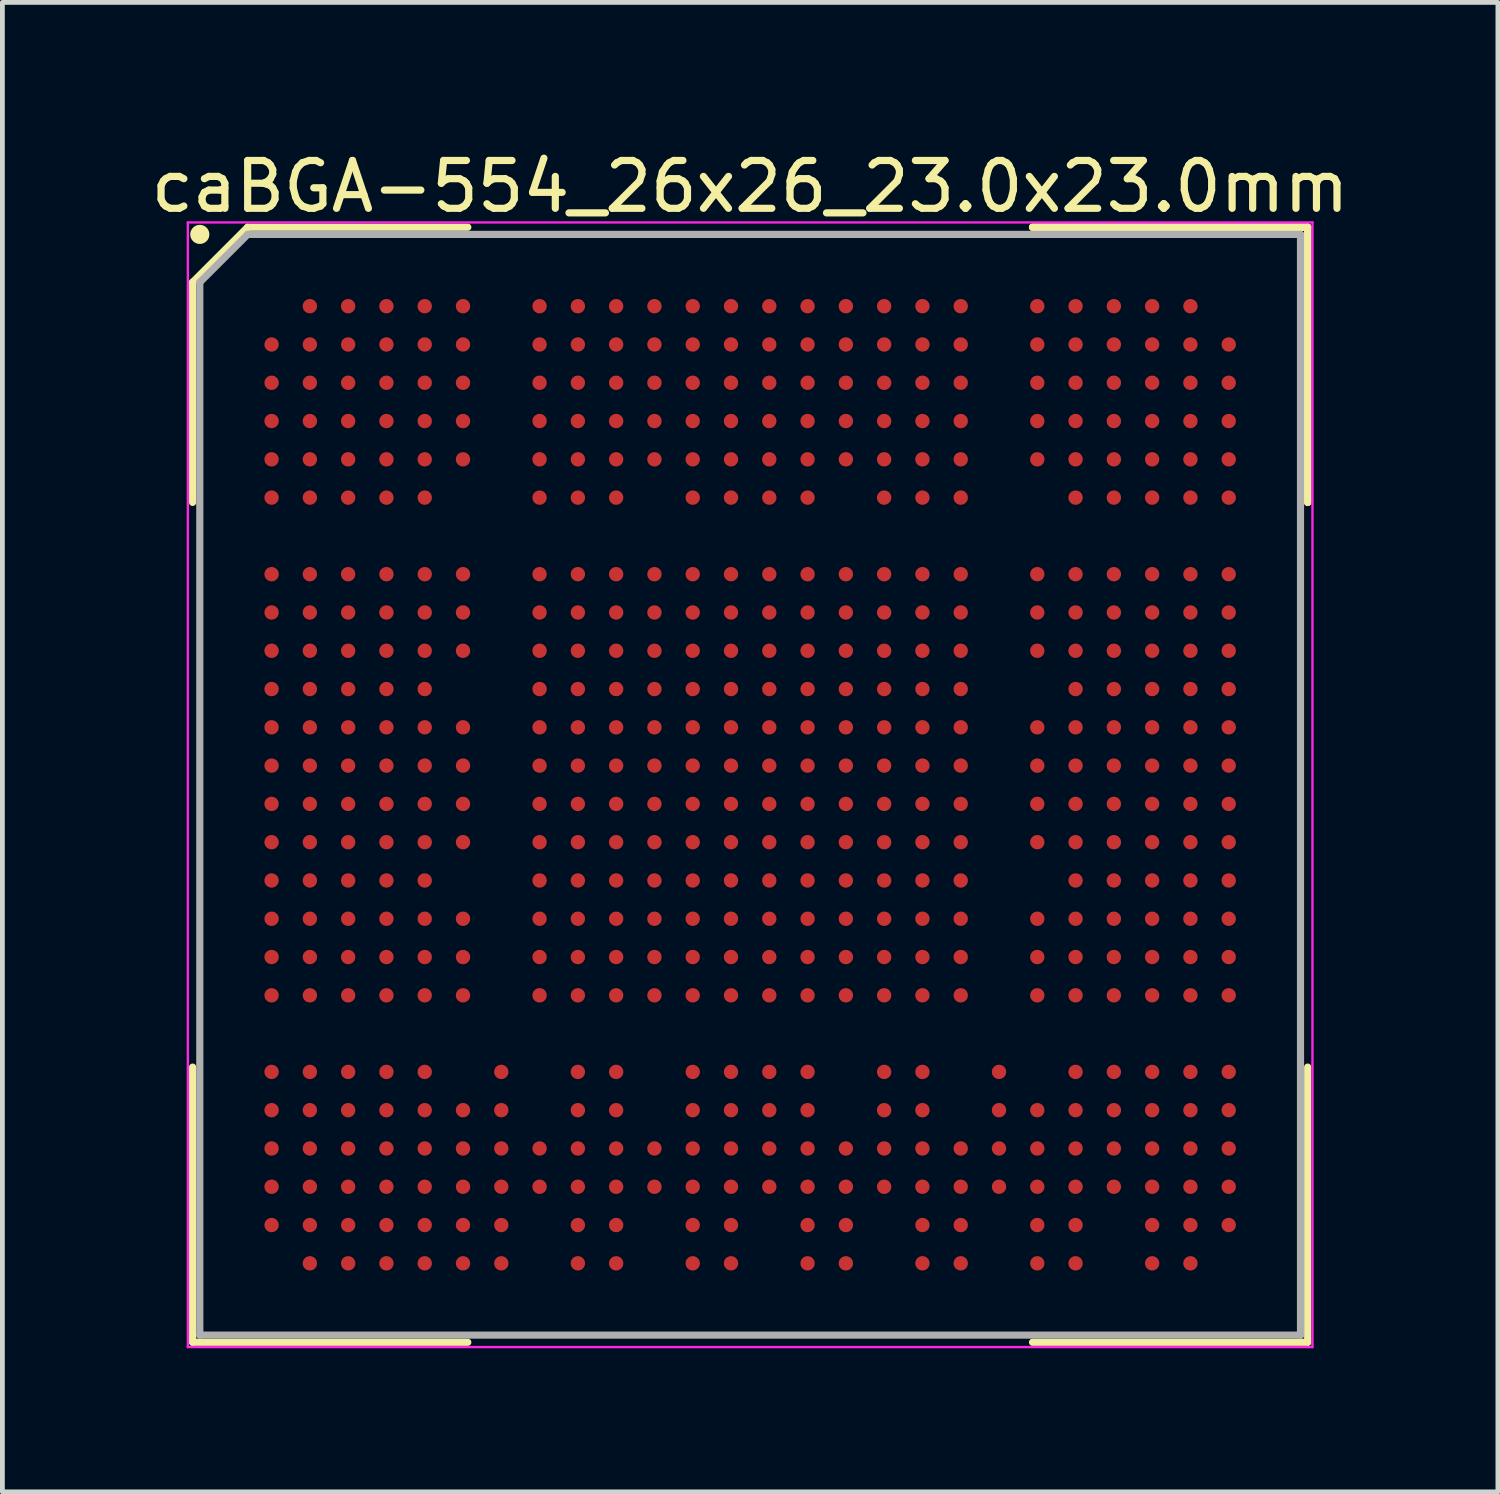
<source format=kicad_pcb>
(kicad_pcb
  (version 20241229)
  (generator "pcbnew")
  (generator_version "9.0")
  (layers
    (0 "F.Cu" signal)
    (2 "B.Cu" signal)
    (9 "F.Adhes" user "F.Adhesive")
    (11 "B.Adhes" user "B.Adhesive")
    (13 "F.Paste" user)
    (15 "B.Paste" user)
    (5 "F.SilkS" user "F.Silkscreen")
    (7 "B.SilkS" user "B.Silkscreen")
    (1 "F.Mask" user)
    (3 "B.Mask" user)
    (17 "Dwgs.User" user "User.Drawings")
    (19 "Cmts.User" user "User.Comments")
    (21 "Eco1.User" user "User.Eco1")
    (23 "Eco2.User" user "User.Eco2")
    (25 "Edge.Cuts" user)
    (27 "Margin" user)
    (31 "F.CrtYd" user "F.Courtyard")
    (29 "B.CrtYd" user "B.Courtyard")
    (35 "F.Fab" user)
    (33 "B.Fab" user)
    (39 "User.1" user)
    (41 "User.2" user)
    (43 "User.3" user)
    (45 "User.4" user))
  (footprint "caBGA-554_26x26_23.0x23.0mm"
    (layer "F.Cu")
    (at 12.625 13.348)
    (property "Reference" "caBGA-554_26x26_23.0x23.0mm" (at 0 -12.5 0) (layer "F.SilkS") (effects (font (size 1 1) (thickness 0.15))))
    (attr smd)
    (fp_line (start -11.65 -10.5) (end -11.65 -5.9) (stroke (width 0.15) (type solid)) (layer "F.SilkS"))
    (fp_line (start -11.65 11.65) (end -11.65 5.9) (stroke (width 0.15) (type solid)) (layer "F.SilkS"))
    (fp_line (start -10.5 -11.65) (end -11.65 -10.5) (stroke (width 0.15) (type solid)) (layer "F.SilkS"))
    (fp_line (start -5.9 -11.65) (end -10.5 -11.65) (stroke (width 0.15) (type solid)) (layer "F.SilkS"))
    (fp_line (start -5.9 11.65) (end -11.65 11.65) (stroke (width 0.15) (type solid)) (layer "F.SilkS"))
    (fp_line (start 5.9 -11.65) (end 11.65 -11.65) (stroke (width 0.15) (type solid)) (layer "F.SilkS"))
    (fp_line (start 5.9 -11.65) (end 11.65 -11.65) (stroke (width 0.15) (type solid)) (layer "F.SilkS"))
    (fp_line (start 5.9 -11.65) (end 11.65 -11.65) (stroke (width 0.15) (type solid)) (layer "F.SilkS"))
    (fp_line (start 5.9 11.65) (end 11.65 11.65) (stroke (width 0.15) (type solid)) (layer "F.SilkS"))
    (fp_line (start 11.65 -11.65) (end 11.65 -5.9) (stroke (width 0.15) (type solid)) (layer "F.SilkS"))
    (fp_line (start 11.65 -11.65) (end 11.65 -5.9) (stroke (width 0.15) (type solid)) (layer "F.SilkS"))
    (fp_line (start 11.65 -11.65) (end 11.65 -5.9) (stroke (width 0.15) (type solid)) (layer "F.SilkS"))
    (fp_line (start 11.65 11.65) (end 11.65 5.9) (stroke (width 0.15) (type solid)) (layer "F.SilkS"))
    (fp_circle (center -11.5 -11.5) (end -11.5 -11.4) (stroke (width 0.2) (type solid)) (fill no) (layer "F.SilkS"))
    (fp_line (start -11.75 -11.75) (end 11.75 -11.75) (stroke (width 0.05) (type solid)) (layer "F.CrtYd"))
    (fp_line (start -11.75 11.75) (end -11.75 -11.75) (stroke (width 0.05) (type solid)) (layer "F.CrtYd"))
    (fp_line (start 11.75 -11.75) (end 11.75 11.75) (stroke (width 0.05) (type solid)) (layer "F.CrtYd"))
    (fp_line (start 11.75 11.75) (end -11.75 11.75) (stroke (width 0.05) (type solid)) (layer "F.CrtYd"))
    (fp_line (start -11.5 -10.5) (end -11.5 11.5) (stroke (width 0.15) (type solid)) (layer "F.Fab"))
    (fp_line (start -11.5 11.5) (end 11.5 11.5) (stroke (width 0.15) (type solid)) (layer "F.Fab"))
    (fp_line (start -10.5 -11.5) (end -11.5 -10.5) (stroke (width 0.15) (type solid)) (layer "F.Fab"))
    (fp_line (start 11.5 -11.5) (end -10.5 -11.5) (stroke (width 0.15) (type solid)) (layer "F.Fab"))
    (fp_line (start 11.5 11.5) (end 11.5 -11.5) (stroke (width 0.15) (type solid)) (layer "F.Fab"))
    (pad "A2" smd circle (at -9.2 -10) (size 0.3 0.3) (layers "F.Cu" "F.Mask" "F.Paste"))
    (pad "A3" smd circle (at -8.4 -10) (size 0.3 0.3) (layers "F.Cu" "F.Mask" "F.Paste"))
    (pad "A4" smd circle (at -7.6 -10) (size 0.3 0.3) (layers "F.Cu" "F.Mask" "F.Paste"))
    (pad "A5" smd circle (at -6.8 -10) (size 0.3 0.3) (layers "F.Cu" "F.Mask" "F.Paste"))
    (pad "A6" smd circle (at -6 -10) (size 0.3 0.3) (layers "F.Cu" "F.Mask" "F.Paste"))
    (pad "A8" smd circle (at -4.4 -10) (size 0.3 0.3) (layers "F.Cu" "F.Mask" "F.Paste"))
    (pad "A9" smd circle (at -3.6 -10) (size 0.3 0.3) (layers "F.Cu" "F.Mask" "F.Paste"))
    (pad "A10" smd circle (at -2.8 -10) (size 0.3 0.3) (layers "F.Cu" "F.Mask" "F.Paste"))
    (pad "A11" smd circle (at -2 -10) (size 0.3 0.3) (layers "F.Cu" "F.Mask" "F.Paste"))
    (pad "A12" smd circle (at -1.2 -10) (size 0.3 0.3) (layers "F.Cu" "F.Mask" "F.Paste"))
    (pad "A13" smd circle (at -0.4 -10) (size 0.3 0.3) (layers "F.Cu" "F.Mask" "F.Paste"))
    (pad "A14" smd circle (at 0.4 -10) (size 0.3 0.3) (layers "F.Cu" "F.Mask" "F.Paste"))
    (pad "A15" smd circle (at 1.2 -10) (size 0.3 0.3) (layers "F.Cu" "F.Mask" "F.Paste"))
    (pad "A16" smd circle (at 2 -10) (size 0.3 0.3) (layers "F.Cu" "F.Mask" "F.Paste"))
    (pad "A17" smd circle (at 2.8 -10) (size 0.3 0.3) (layers "F.Cu" "F.Mask" "F.Paste"))
    (pad "A18" smd circle (at 3.6 -10) (size 0.3 0.3) (layers "F.Cu" "F.Mask" "F.Paste"))
    (pad "A19" smd circle (at 4.4 -10) (size 0.3 0.3) (layers "F.Cu" "F.Mask" "F.Paste"))
    (pad "A21" smd circle (at 6 -10) (size 0.3 0.3) (layers "F.Cu" "F.Mask" "F.Paste"))
    (pad "A22" smd circle (at 6.8 -10) (size 0.3 0.3) (layers "F.Cu" "F.Mask" "F.Paste"))
    (pad "A23" smd circle (at 7.6 -10) (size 0.3 0.3) (layers "F.Cu" "F.Mask" "F.Paste"))
    (pad "A24" smd circle (at 8.4 -10) (size 0.3 0.3) (layers "F.Cu" "F.Mask" "F.Paste"))
    (pad "A25" smd circle (at 9.2 -10) (size 0.3 0.3) (layers "F.Cu" "F.Mask" "F.Paste"))
    (pad "AA1" smd circle (at -10 6) (size 0.3 0.3) (layers "F.Cu" "F.Mask" "F.Paste"))
    (pad "AA2" smd circle (at -9.2 6) (size 0.3 0.3) (layers "F.Cu" "F.Mask" "F.Paste"))
    (pad "AA3" smd circle (at -8.4 6) (size 0.3 0.3) (layers "F.Cu" "F.Mask" "F.Paste"))
    (pad "AA4" smd circle (at -7.6 6) (size 0.3 0.3) (layers "F.Cu" "F.Mask" "F.Paste"))
    (pad "AA5" smd circle (at -6.8 6) (size 0.3 0.3) (layers "F.Cu" "F.Mask" "F.Paste"))
    (pad "AA7" smd circle (at -5.2 6) (size 0.3 0.3) (layers "F.Cu" "F.Mask" "F.Paste"))
    (pad "AA9" smd circle (at -3.6 6) (size 0.3 0.3) (layers "F.Cu" "F.Mask" "F.Paste"))
    (pad "AA10" smd circle (at -2.8 6) (size 0.3 0.3) (layers "F.Cu" "F.Mask" "F.Paste"))
    (pad "AA12" smd circle (at -1.2 6) (size 0.3 0.3) (layers "F.Cu" "F.Mask" "F.Paste"))
    (pad "AA13" smd circle (at -0.4 6) (size 0.3 0.3) (layers "F.Cu" "F.Mask" "F.Paste"))
    (pad "AA14" smd circle (at 0.4 6) (size 0.3 0.3) (layers "F.Cu" "F.Mask" "F.Paste"))
    (pad "AA15" smd circle (at 1.2 6) (size 0.3 0.3) (layers "F.Cu" "F.Mask" "F.Paste"))
    (pad "AA17" smd circle (at 2.8 6) (size 0.3 0.3) (layers "F.Cu" "F.Mask" "F.Paste"))
    (pad "AA18" smd circle (at 3.6 6) (size 0.3 0.3) (layers "F.Cu" "F.Mask" "F.Paste"))
    (pad "AA20" smd circle (at 5.2 6) (size 0.3 0.3) (layers "F.Cu" "F.Mask" "F.Paste"))
    (pad "AA22" smd circle (at 6.8 6) (size 0.3 0.3) (layers "F.Cu" "F.Mask" "F.Paste"))
    (pad "AA23" smd circle (at 7.6 6) (size 0.3 0.3) (layers "F.Cu" "F.Mask" "F.Paste"))
    (pad "AA24" smd circle (at 8.4 6) (size 0.3 0.3) (layers "F.Cu" "F.Mask" "F.Paste"))
    (pad "AA25" smd circle (at 9.2 6) (size 0.3 0.3) (layers "F.Cu" "F.Mask" "F.Paste"))
    (pad "AA26" smd circle (at 10 6) (size 0.3 0.3) (layers "F.Cu" "F.Mask" "F.Paste"))
    (pad "AB1" smd circle (at -10 6.8) (size 0.3 0.3) (layers "F.Cu" "F.Mask" "F.Paste"))
    (pad "AB2" smd circle (at -9.2 6.8) (size 0.3 0.3) (layers "F.Cu" "F.Mask" "F.Paste"))
    (pad "AB3" smd circle (at -8.4 6.8) (size 0.3 0.3) (layers "F.Cu" "F.Mask" "F.Paste"))
    (pad "AB4" smd circle (at -7.6 6.8) (size 0.3 0.3) (layers "F.Cu" "F.Mask" "F.Paste"))
    (pad "AB5" smd circle (at -6.8 6.8) (size 0.3 0.3) (layers "F.Cu" "F.Mask" "F.Paste"))
    (pad "AB6" smd circle (at -6 6.8) (size 0.3 0.3) (layers "F.Cu" "F.Mask" "F.Paste"))
    (pad "AB7" smd circle (at -5.2 6.8) (size 0.3 0.3) (layers "F.Cu" "F.Mask" "F.Paste"))
    (pad "AB9" smd circle (at -3.6 6.8) (size 0.3 0.3) (layers "F.Cu" "F.Mask" "F.Paste"))
    (pad "AB10" smd circle (at -2.8 6.8) (size 0.3 0.3) (layers "F.Cu" "F.Mask" "F.Paste"))
    (pad "AB12" smd circle (at -1.2 6.8) (size 0.3 0.3) (layers "F.Cu" "F.Mask" "F.Paste"))
    (pad "AB13" smd circle (at -0.4 6.8) (size 0.3 0.3) (layers "F.Cu" "F.Mask" "F.Paste"))
    (pad "AB14" smd circle (at 0.4 6.8) (size 0.3 0.3) (layers "F.Cu" "F.Mask" "F.Paste"))
    (pad "AB15" smd circle (at 1.2 6.8) (size 0.3 0.3) (layers "F.Cu" "F.Mask" "F.Paste"))
    (pad "AB17" smd circle (at 2.8 6.8) (size 0.3 0.3) (layers "F.Cu" "F.Mask" "F.Paste"))
    (pad "AB18" smd circle (at 3.6 6.8) (size 0.3 0.3) (layers "F.Cu" "F.Mask" "F.Paste"))
    (pad "AB20" smd circle (at 5.2 6.8) (size 0.3 0.3) (layers "F.Cu" "F.Mask" "F.Paste"))
    (pad "AB21" smd circle (at 6 6.8) (size 0.3 0.3) (layers "F.Cu" "F.Mask" "F.Paste"))
    (pad "AB22" smd circle (at 6.8 6.8) (size 0.3 0.3) (layers "F.Cu" "F.Mask" "F.Paste"))
    (pad "AB23" smd circle (at 7.6 6.8) (size 0.3 0.3) (layers "F.Cu" "F.Mask" "F.Paste"))
    (pad "AB24" smd circle (at 8.4 6.8) (size 0.3 0.3) (layers "F.Cu" "F.Mask" "F.Paste"))
    (pad "AB25" smd circle (at 9.2 6.8) (size 0.3 0.3) (layers "F.Cu" "F.Mask" "F.Paste"))
    (pad "AB26" smd circle (at 10 6.8) (size 0.3 0.3) (layers "F.Cu" "F.Mask" "F.Paste"))
    (pad "AC1" smd circle (at -10 7.6) (size 0.3 0.3) (layers "F.Cu" "F.Mask" "F.Paste"))
    (pad "AC2" smd circle (at -9.2 7.6) (size 0.3 0.3) (layers "F.Cu" "F.Mask" "F.Paste"))
    (pad "AC3" smd circle (at -8.4 7.6) (size 0.3 0.3) (layers "F.Cu" "F.Mask" "F.Paste"))
    (pad "AC4" smd circle (at -7.6 7.6) (size 0.3 0.3) (layers "F.Cu" "F.Mask" "F.Paste"))
    (pad "AC5" smd circle (at -6.8 7.6) (size 0.3 0.3) (layers "F.Cu" "F.Mask" "F.Paste"))
    (pad "AC6" smd circle (at -6 7.6) (size 0.3 0.3) (layers "F.Cu" "F.Mask" "F.Paste"))
    (pad "AC7" smd circle (at -5.2 7.6) (size 0.3 0.3) (layers "F.Cu" "F.Mask" "F.Paste"))
    (pad "AC8" smd circle (at -4.4 7.6) (size 0.3 0.3) (layers "F.Cu" "F.Mask" "F.Paste"))
    (pad "AC9" smd circle (at -3.6 7.6) (size 0.3 0.3) (layers "F.Cu" "F.Mask" "F.Paste"))
    (pad "AC10" smd circle (at -2.8 7.6) (size 0.3 0.3) (layers "F.Cu" "F.Mask" "F.Paste"))
    (pad "AC11" smd circle (at -2 7.6) (size 0.3 0.3) (layers "F.Cu" "F.Mask" "F.Paste"))
    (pad "AC12" smd circle (at -1.2 7.6) (size 0.3 0.3) (layers "F.Cu" "F.Mask" "F.Paste"))
    (pad "AC13" smd circle (at -0.4 7.6) (size 0.3 0.3) (layers "F.Cu" "F.Mask" "F.Paste"))
    (pad "AC14" smd circle (at 0.4 7.6) (size 0.3 0.3) (layers "F.Cu" "F.Mask" "F.Paste"))
    (pad "AC15" smd circle (at 1.2 7.6) (size 0.3 0.3) (layers "F.Cu" "F.Mask" "F.Paste"))
    (pad "AC16" smd circle (at 2 7.6) (size 0.3 0.3) (layers "F.Cu" "F.Mask" "F.Paste"))
    (pad "AC17" smd circle (at 2.8 7.6) (size 0.3 0.3) (layers "F.Cu" "F.Mask" "F.Paste"))
    (pad "AC18" smd circle (at 3.6 7.6) (size 0.3 0.3) (layers "F.Cu" "F.Mask" "F.Paste"))
    (pad "AC19" smd circle (at 4.4 7.6) (size 0.3 0.3) (layers "F.Cu" "F.Mask" "F.Paste"))
    (pad "AC20" smd circle (at 5.2 7.6) (size 0.3 0.3) (layers "F.Cu" "F.Mask" "F.Paste"))
    (pad "AC21" smd circle (at 6 7.6) (size 0.3 0.3) (layers "F.Cu" "F.Mask" "F.Paste"))
    (pad "AC22" smd circle (at 6.8 7.6) (size 0.3 0.3) (layers "F.Cu" "F.Mask" "F.Paste"))
    (pad "AC23" smd circle (at 7.6 7.6) (size 0.3 0.3) (layers "F.Cu" "F.Mask" "F.Paste"))
    (pad "AC24" smd circle (at 8.4 7.6) (size 0.3 0.3) (layers "F.Cu" "F.Mask" "F.Paste"))
    (pad "AC25" smd circle (at 9.2 7.6) (size 0.3 0.3) (layers "F.Cu" "F.Mask" "F.Paste"))
    (pad "AC26" smd circle (at 10 7.6) (size 0.3 0.3) (layers "F.Cu" "F.Mask" "F.Paste"))
    (pad "AD1" smd circle (at -10 8.4) (size 0.3 0.3) (layers "F.Cu" "F.Mask" "F.Paste"))
    (pad "AD2" smd circle (at -9.2 8.4) (size 0.3 0.3) (layers "F.Cu" "F.Mask" "F.Paste"))
    (pad "AD3" smd circle (at -8.4 8.4) (size 0.3 0.3) (layers "F.Cu" "F.Mask" "F.Paste"))
    (pad "AD4" smd circle (at -7.6 8.4) (size 0.3 0.3) (layers "F.Cu" "F.Mask" "F.Paste"))
    (pad "AD5" smd circle (at -6.8 8.4) (size 0.3 0.3) (layers "F.Cu" "F.Mask" "F.Paste"))
    (pad "AD6" smd circle (at -6 8.4) (size 0.3 0.3) (layers "F.Cu" "F.Mask" "F.Paste"))
    (pad "AD7" smd circle (at -5.2 8.4) (size 0.3 0.3) (layers "F.Cu" "F.Mask" "F.Paste"))
    (pad "AD8" smd circle (at -4.4 8.4) (size 0.3 0.3) (layers "F.Cu" "F.Mask" "F.Paste"))
    (pad "AD9" smd circle (at -3.6 8.4) (size 0.3 0.3) (layers "F.Cu" "F.Mask" "F.Paste"))
    (pad "AD10" smd circle (at -2.8 8.4) (size 0.3 0.3) (layers "F.Cu" "F.Mask" "F.Paste"))
    (pad "AD11" smd circle (at -2 8.4) (size 0.3 0.3) (layers "F.Cu" "F.Mask" "F.Paste"))
    (pad "AD12" smd circle (at -1.2 8.4) (size 0.3 0.3) (layers "F.Cu" "F.Mask" "F.Paste"))
    (pad "AD13" smd circle (at -0.4 8.4) (size 0.3 0.3) (layers "F.Cu" "F.Mask" "F.Paste"))
    (pad "AD14" smd circle (at 0.4 8.4) (size 0.3 0.3) (layers "F.Cu" "F.Mask" "F.Paste"))
    (pad "AD15" smd circle (at 1.2 8.4) (size 0.3 0.3) (layers "F.Cu" "F.Mask" "F.Paste"))
    (pad "AD16" smd circle (at 2 8.4) (size 0.3 0.3) (layers "F.Cu" "F.Mask" "F.Paste"))
    (pad "AD17" smd circle (at 2.8 8.4) (size 0.3 0.3) (layers "F.Cu" "F.Mask" "F.Paste"))
    (pad "AD18" smd circle (at 3.6 8.4) (size 0.3 0.3) (layers "F.Cu" "F.Mask" "F.Paste"))
    (pad "AD19" smd circle (at 4.4 8.4) (size 0.3 0.3) (layers "F.Cu" "F.Mask" "F.Paste"))
    (pad "AD20" smd circle (at 5.2 8.4) (size 0.3 0.3) (layers "F.Cu" "F.Mask" "F.Paste"))
    (pad "AD21" smd circle (at 6 8.4) (size 0.3 0.3) (layers "F.Cu" "F.Mask" "F.Paste"))
    (pad "AD22" smd circle (at 6.8 8.4) (size 0.3 0.3) (layers "F.Cu" "F.Mask" "F.Paste"))
    (pad "AD23" smd circle (at 7.6 8.4) (size 0.3 0.3) (layers "F.Cu" "F.Mask" "F.Paste"))
    (pad "AD24" smd circle (at 8.4 8.4) (size 0.3 0.3) (layers "F.Cu" "F.Mask" "F.Paste"))
    (pad "AD25" smd circle (at 9.2 8.4) (size 0.3 0.3) (layers "F.Cu" "F.Mask" "F.Paste"))
    (pad "AD26" smd circle (at 10 8.4) (size 0.3 0.3) (layers "F.Cu" "F.Mask" "F.Paste"))
    (pad "AE1" smd circle (at -10 9.2) (size 0.3 0.3) (layers "F.Cu" "F.Mask" "F.Paste"))
    (pad "AE2" smd circle (at -9.2 9.2) (size 0.3 0.3) (layers "F.Cu" "F.Mask" "F.Paste"))
    (pad "AE3" smd circle (at -8.4 9.2) (size 0.3 0.3) (layers "F.Cu" "F.Mask" "F.Paste"))
    (pad "AE4" smd circle (at -7.6 9.2) (size 0.3 0.3) (layers "F.Cu" "F.Mask" "F.Paste"))
    (pad "AE5" smd circle (at -6.8 9.2) (size 0.3 0.3) (layers "F.Cu" "F.Mask" "F.Paste"))
    (pad "AE6" smd circle (at -6 9.2) (size 0.3 0.3) (layers "F.Cu" "F.Mask" "F.Paste"))
    (pad "AE7" smd circle (at -5.2 9.2) (size 0.3 0.3) (layers "F.Cu" "F.Mask" "F.Paste"))
    (pad "AE9" smd circle (at -3.6 9.2) (size 0.3 0.3) (layers "F.Cu" "F.Mask" "F.Paste"))
    (pad "AE10" smd circle (at -2.8 9.2) (size 0.3 0.3) (layers "F.Cu" "F.Mask" "F.Paste"))
    (pad "AE12" smd circle (at -1.2 9.2) (size 0.3 0.3) (layers "F.Cu" "F.Mask" "F.Paste"))
    (pad "AE13" smd circle (at -0.4 9.2) (size 0.3 0.3) (layers "F.Cu" "F.Mask" "F.Paste"))
    (pad "AE15" smd circle (at 1.2 9.2) (size 0.3 0.3) (layers "F.Cu" "F.Mask" "F.Paste"))
    (pad "AE16" smd circle (at 2 9.2) (size 0.3 0.3) (layers "F.Cu" "F.Mask" "F.Paste"))
    (pad "AE18" smd circle (at 3.6 9.2) (size 0.3 0.3) (layers "F.Cu" "F.Mask" "F.Paste"))
    (pad "AE19" smd circle (at 4.4 9.2) (size 0.3 0.3) (layers "F.Cu" "F.Mask" "F.Paste"))
    (pad "AE21" smd circle (at 6 9.2) (size 0.3 0.3) (layers "F.Cu" "F.Mask" "F.Paste"))
    (pad "AE22" smd circle (at 6.8 9.2) (size 0.3 0.3) (layers "F.Cu" "F.Mask" "F.Paste"))
    (pad "AE24" smd circle (at 8.4 9.2) (size 0.3 0.3) (layers "F.Cu" "F.Mask" "F.Paste"))
    (pad "AE25" smd circle (at 9.2 9.2) (size 0.3 0.3) (layers "F.Cu" "F.Mask" "F.Paste"))
    (pad "AE26" smd circle (at 10 9.2) (size 0.3 0.3) (layers "F.Cu" "F.Mask" "F.Paste"))
    (pad "AF2" smd circle (at -9.2 10) (size 0.3 0.3) (layers "F.Cu" "F.Mask" "F.Paste"))
    (pad "AF3" smd circle (at -8.4 10) (size 0.3 0.3) (layers "F.Cu" "F.Mask" "F.Paste"))
    (pad "AF4" smd circle (at -7.6 10) (size 0.3 0.3) (layers "F.Cu" "F.Mask" "F.Paste"))
    (pad "AF5" smd circle (at -6.8 10) (size 0.3 0.3) (layers "F.Cu" "F.Mask" "F.Paste"))
    (pad "AF6" smd circle (at -6 10) (size 0.3 0.3) (layers "F.Cu" "F.Mask" "F.Paste"))
    (pad "AF7" smd circle (at -5.2 10) (size 0.3 0.3) (layers "F.Cu" "F.Mask" "F.Paste"))
    (pad "AF9" smd circle (at -3.6 10) (size 0.3 0.3) (layers "F.Cu" "F.Mask" "F.Paste"))
    (pad "AF10" smd circle (at -2.8 10) (size 0.3 0.3) (layers "F.Cu" "F.Mask" "F.Paste"))
    (pad "AF12" smd circle (at -1.2 10) (size 0.3 0.3) (layers "F.Cu" "F.Mask" "F.Paste"))
    (pad "AF13" smd circle (at -0.4 10) (size 0.3 0.3) (layers "F.Cu" "F.Mask" "F.Paste"))
    (pad "AF15" smd circle (at 1.2 10) (size 0.3 0.3) (layers "F.Cu" "F.Mask" "F.Paste"))
    (pad "AF16" smd circle (at 2 10) (size 0.3 0.3) (layers "F.Cu" "F.Mask" "F.Paste"))
    (pad "AF18" smd circle (at 3.6 10) (size 0.3 0.3) (layers "F.Cu" "F.Mask" "F.Paste"))
    (pad "AF19" smd circle (at 4.4 10) (size 0.3 0.3) (layers "F.Cu" "F.Mask" "F.Paste"))
    (pad "AF21" smd circle (at 6 10) (size 0.3 0.3) (layers "F.Cu" "F.Mask" "F.Paste"))
    (pad "AF22" smd circle (at 6.8 10) (size 0.3 0.3) (layers "F.Cu" "F.Mask" "F.Paste"))
    (pad "AF24" smd circle (at 8.4 10) (size 0.3 0.3) (layers "F.Cu" "F.Mask" "F.Paste"))
    (pad "AF25" smd circle (at 9.2 10) (size 0.3 0.3) (layers "F.Cu" "F.Mask" "F.Paste"))
    (pad "B1" smd circle (at -10 -9.2) (size 0.3 0.3) (layers "F.Cu" "F.Mask" "F.Paste"))
    (pad "B2" smd circle (at -9.2 -9.2) (size 0.3 0.3) (layers "F.Cu" "F.Mask" "F.Paste"))
    (pad "B3" smd circle (at -8.4 -9.2) (size 0.3 0.3) (layers "F.Cu" "F.Mask" "F.Paste"))
    (pad "B4" smd circle (at -7.6 -9.2) (size 0.3 0.3) (layers "F.Cu" "F.Mask" "F.Paste"))
    (pad "B5" smd circle (at -6.8 -9.2) (size 0.3 0.3) (layers "F.Cu" "F.Mask" "F.Paste"))
    (pad "B6" smd circle (at -6 -9.2) (size 0.3 0.3) (layers "F.Cu" "F.Mask" "F.Paste"))
    (pad "B8" smd circle (at -4.4 -9.2) (size 0.3 0.3) (layers "F.Cu" "F.Mask" "F.Paste"))
    (pad "B9" smd circle (at -3.6 -9.2) (size 0.3 0.3) (layers "F.Cu" "F.Mask" "F.Paste"))
    (pad "B10" smd circle (at -2.8 -9.2) (size 0.3 0.3) (layers "F.Cu" "F.Mask" "F.Paste"))
    (pad "B11" smd circle (at -2 -9.2) (size 0.3 0.3) (layers "F.Cu" "F.Mask" "F.Paste"))
    (pad "B12" smd circle (at -1.2 -9.2) (size 0.3 0.3) (layers "F.Cu" "F.Mask" "F.Paste"))
    (pad "B13" smd circle (at -0.4 -9.2) (size 0.3 0.3) (layers "F.Cu" "F.Mask" "F.Paste"))
    (pad "B14" smd circle (at 0.4 -9.2) (size 0.3 0.3) (layers "F.Cu" "F.Mask" "F.Paste"))
    (pad "B15" smd circle (at 1.2 -9.2) (size 0.3 0.3) (layers "F.Cu" "F.Mask" "F.Paste"))
    (pad "B16" smd circle (at 2 -9.2) (size 0.3 0.3) (layers "F.Cu" "F.Mask" "F.Paste"))
    (pad "B17" smd circle (at 2.8 -9.2) (size 0.3 0.3) (layers "F.Cu" "F.Mask" "F.Paste"))
    (pad "B18" smd circle (at 3.6 -9.2) (size 0.3 0.3) (layers "F.Cu" "F.Mask" "F.Paste"))
    (pad "B19" smd circle (at 4.4 -9.2) (size 0.3 0.3) (layers "F.Cu" "F.Mask" "F.Paste"))
    (pad "B21" smd circle (at 6 -9.2) (size 0.3 0.3) (layers "F.Cu" "F.Mask" "F.Paste"))
    (pad "B22" smd circle (at 6.8 -9.2) (size 0.3 0.3) (layers "F.Cu" "F.Mask" "F.Paste"))
    (pad "B23" smd circle (at 7.6 -9.2) (size 0.3 0.3) (layers "F.Cu" "F.Mask" "F.Paste"))
    (pad "B24" smd circle (at 8.4 -9.2) (size 0.3 0.3) (layers "F.Cu" "F.Mask" "F.Paste"))
    (pad "B25" smd circle (at 9.2 -9.2) (size 0.3 0.3) (layers "F.Cu" "F.Mask" "F.Paste"))
    (pad "B26" smd circle (at 10 -9.2) (size 0.3 0.3) (layers "F.Cu" "F.Mask" "F.Paste"))
    (pad "C1" smd circle (at -10 -8.4) (size 0.3 0.3) (layers "F.Cu" "F.Mask" "F.Paste"))
    (pad "C2" smd circle (at -9.2 -8.4) (size 0.3 0.3) (layers "F.Cu" "F.Mask" "F.Paste"))
    (pad "C3" smd circle (at -8.4 -8.4) (size 0.3 0.3) (layers "F.Cu" "F.Mask" "F.Paste"))
    (pad "C4" smd circle (at -7.6 -8.4) (size 0.3 0.3) (layers "F.Cu" "F.Mask" "F.Paste"))
    (pad "C5" smd circle (at -6.8 -8.4) (size 0.3 0.3) (layers "F.Cu" "F.Mask" "F.Paste"))
    (pad "C6" smd circle (at -6 -8.4) (size 0.3 0.3) (layers "F.Cu" "F.Mask" "F.Paste"))
    (pad "C8" smd circle (at -4.4 -8.4) (size 0.3 0.3) (layers "F.Cu" "F.Mask" "F.Paste"))
    (pad "C9" smd circle (at -3.6 -8.4) (size 0.3 0.3) (layers "F.Cu" "F.Mask" "F.Paste"))
    (pad "C10" smd circle (at -2.8 -8.4) (size 0.3 0.3) (layers "F.Cu" "F.Mask" "F.Paste"))
    (pad "C11" smd circle (at -2 -8.4) (size 0.3 0.3) (layers "F.Cu" "F.Mask" "F.Paste"))
    (pad "C12" smd circle (at -1.2 -8.4) (size 0.3 0.3) (layers "F.Cu" "F.Mask" "F.Paste"))
    (pad "C13" smd circle (at -0.4 -8.4) (size 0.3 0.3) (layers "F.Cu" "F.Mask" "F.Paste"))
    (pad "C14" smd circle (at 0.4 -8.4) (size 0.3 0.3) (layers "F.Cu" "F.Mask" "F.Paste"))
    (pad "C15" smd circle (at 1.2 -8.4) (size 0.3 0.3) (layers "F.Cu" "F.Mask" "F.Paste"))
    (pad "C16" smd circle (at 2 -8.4) (size 0.3 0.3) (layers "F.Cu" "F.Mask" "F.Paste"))
    (pad "C17" smd circle (at 2.8 -8.4) (size 0.3 0.3) (layers "F.Cu" "F.Mask" "F.Paste"))
    (pad "C18" smd circle (at 3.6 -8.4) (size 0.3 0.3) (layers "F.Cu" "F.Mask" "F.Paste"))
    (pad "C19" smd circle (at 4.4 -8.4) (size 0.3 0.3) (layers "F.Cu" "F.Mask" "F.Paste"))
    (pad "C21" smd circle (at 6 -8.4) (size 0.3 0.3) (layers "F.Cu" "F.Mask" "F.Paste"))
    (pad "C22" smd circle (at 6.8 -8.4) (size 0.3 0.3) (layers "F.Cu" "F.Mask" "F.Paste"))
    (pad "C23" smd circle (at 7.6 -8.4) (size 0.3 0.3) (layers "F.Cu" "F.Mask" "F.Paste"))
    (pad "C24" smd circle (at 8.4 -8.4) (size 0.3 0.3) (layers "F.Cu" "F.Mask" "F.Paste"))
    (pad "C25" smd circle (at 9.2 -8.4) (size 0.3 0.3) (layers "F.Cu" "F.Mask" "F.Paste"))
    (pad "C26" smd circle (at 10 -8.4) (size 0.3 0.3) (layers "F.Cu" "F.Mask" "F.Paste"))
    (pad "D1" smd circle (at -10 -7.6) (size 0.3 0.3) (layers "F.Cu" "F.Mask" "F.Paste"))
    (pad "D2" smd circle (at -9.2 -7.6) (size 0.3 0.3) (layers "F.Cu" "F.Mask" "F.Paste"))
    (pad "D3" smd circle (at -8.4 -7.6) (size 0.3 0.3) (layers "F.Cu" "F.Mask" "F.Paste"))
    (pad "D4" smd circle (at -7.6 -7.6) (size 0.3 0.3) (layers "F.Cu" "F.Mask" "F.Paste"))
    (pad "D5" smd circle (at -6.8 -7.6) (size 0.3 0.3) (layers "F.Cu" "F.Mask" "F.Paste"))
    (pad "D6" smd circle (at -6 -7.6) (size 0.3 0.3) (layers "F.Cu" "F.Mask" "F.Paste"))
    (pad "D8" smd circle (at -4.4 -7.6) (size 0.3 0.3) (layers "F.Cu" "F.Mask" "F.Paste"))
    (pad "D9" smd circle (at -3.6 -7.6) (size 0.3 0.3) (layers "F.Cu" "F.Mask" "F.Paste"))
    (pad "D10" smd circle (at -2.8 -7.6) (size 0.3 0.3) (layers "F.Cu" "F.Mask" "F.Paste"))
    (pad "D11" smd circle (at -2 -7.6) (size 0.3 0.3) (layers "F.Cu" "F.Mask" "F.Paste"))
    (pad "D12" smd circle (at -1.2 -7.6) (size 0.3 0.3) (layers "F.Cu" "F.Mask" "F.Paste"))
    (pad "D13" smd circle (at -0.4 -7.6) (size 0.3 0.3) (layers "F.Cu" "F.Mask" "F.Paste"))
    (pad "D14" smd circle (at 0.4 -7.6) (size 0.3 0.3) (layers "F.Cu" "F.Mask" "F.Paste"))
    (pad "D15" smd circle (at 1.2 -7.6) (size 0.3 0.3) (layers "F.Cu" "F.Mask" "F.Paste"))
    (pad "D16" smd circle (at 2 -7.6) (size 0.3 0.3) (layers "F.Cu" "F.Mask" "F.Paste"))
    (pad "D17" smd circle (at 2.8 -7.6) (size 0.3 0.3) (layers "F.Cu" "F.Mask" "F.Paste"))
    (pad "D18" smd circle (at 3.6 -7.6) (size 0.3 0.3) (layers "F.Cu" "F.Mask" "F.Paste"))
    (pad "D19" smd circle (at 4.4 -7.6) (size 0.3 0.3) (layers "F.Cu" "F.Mask" "F.Paste"))
    (pad "D21" smd circle (at 6 -7.6) (size 0.3 0.3) (layers "F.Cu" "F.Mask" "F.Paste"))
    (pad "D22" smd circle (at 6.8 -7.6) (size 0.3 0.3) (layers "F.Cu" "F.Mask" "F.Paste"))
    (pad "D23" smd circle (at 7.6 -7.6) (size 0.3 0.3) (layers "F.Cu" "F.Mask" "F.Paste"))
    (pad "D24" smd circle (at 8.4 -7.6) (size 0.3 0.3) (layers "F.Cu" "F.Mask" "F.Paste"))
    (pad "D25" smd circle (at 9.2 -7.6) (size 0.3 0.3) (layers "F.Cu" "F.Mask" "F.Paste"))
    (pad "D26" smd circle (at 10 -7.6) (size 0.3 0.3) (layers "F.Cu" "F.Mask" "F.Paste"))
    (pad "E1" smd circle (at -10 -6.8) (size 0.3 0.3) (layers "F.Cu" "F.Mask" "F.Paste"))
    (pad "E2" smd circle (at -9.2 -6.8) (size 0.3 0.3) (layers "F.Cu" "F.Mask" "F.Paste"))
    (pad "E3" smd circle (at -8.4 -6.8) (size 0.3 0.3) (layers "F.Cu" "F.Mask" "F.Paste"))
    (pad "E4" smd circle (at -7.6 -6.8) (size 0.3 0.3) (layers "F.Cu" "F.Mask" "F.Paste"))
    (pad "E5" smd circle (at -6.8 -6.8) (size 0.3 0.3) (layers "F.Cu" "F.Mask" "F.Paste"))
    (pad "E6" smd circle (at -6 -6.8) (size 0.3 0.3) (layers "F.Cu" "F.Mask" "F.Paste"))
    (pad "E8" smd circle (at -4.4 -6.8) (size 0.3 0.3) (layers "F.Cu" "F.Mask" "F.Paste"))
    (pad "E9" smd circle (at -3.6 -6.8) (size 0.3 0.3) (layers "F.Cu" "F.Mask" "F.Paste"))
    (pad "E10" smd circle (at -2.8 -6.8) (size 0.3 0.3) (layers "F.Cu" "F.Mask" "F.Paste"))
    (pad "E11" smd circle (at -2 -6.8) (size 0.3 0.3) (layers "F.Cu" "F.Mask" "F.Paste"))
    (pad "E12" smd circle (at -1.2 -6.8) (size 0.3 0.3) (layers "F.Cu" "F.Mask" "F.Paste"))
    (pad "E13" smd circle (at -0.4 -6.8) (size 0.3 0.3) (layers "F.Cu" "F.Mask" "F.Paste"))
    (pad "E14" smd circle (at 0.4 -6.8) (size 0.3 0.3) (layers "F.Cu" "F.Mask" "F.Paste"))
    (pad "E15" smd circle (at 1.2 -6.8) (size 0.3 0.3) (layers "F.Cu" "F.Mask" "F.Paste"))
    (pad "E16" smd circle (at 2 -6.8) (size 0.3 0.3) (layers "F.Cu" "F.Mask" "F.Paste"))
    (pad "E17" smd circle (at 2.8 -6.8) (size 0.3 0.3) (layers "F.Cu" "F.Mask" "F.Paste"))
    (pad "E18" smd circle (at 3.6 -6.8) (size 0.3 0.3) (layers "F.Cu" "F.Mask" "F.Paste"))
    (pad "E19" smd circle (at 4.4 -6.8) (size 0.3 0.3) (layers "F.Cu" "F.Mask" "F.Paste"))
    (pad "E21" smd circle (at 6 -6.8) (size 0.3 0.3) (layers "F.Cu" "F.Mask" "F.Paste"))
    (pad "E22" smd circle (at 6.8 -6.8) (size 0.3 0.3) (layers "F.Cu" "F.Mask" "F.Paste"))
    (pad "E23" smd circle (at 7.6 -6.8) (size 0.3 0.3) (layers "F.Cu" "F.Mask" "F.Paste"))
    (pad "E24" smd circle (at 8.4 -6.8) (size 0.3 0.3) (layers "F.Cu" "F.Mask" "F.Paste"))
    (pad "E25" smd circle (at 9.2 -6.8) (size 0.3 0.3) (layers "F.Cu" "F.Mask" "F.Paste"))
    (pad "E26" smd circle (at 10 -6.8) (size 0.3 0.3) (layers "F.Cu" "F.Mask" "F.Paste"))
    (pad "F1" smd circle (at -10 -6) (size 0.3 0.3) (layers "F.Cu" "F.Mask" "F.Paste"))
    (pad "F2" smd circle (at -9.2 -6) (size 0.3 0.3) (layers "F.Cu" "F.Mask" "F.Paste"))
    (pad "F3" smd circle (at -8.4 -6) (size 0.3 0.3) (layers "F.Cu" "F.Mask" "F.Paste"))
    (pad "F4" smd circle (at -7.6 -6) (size 0.3 0.3) (layers "F.Cu" "F.Mask" "F.Paste"))
    (pad "F5" smd circle (at -6.8 -6) (size 0.3 0.3) (layers "F.Cu" "F.Mask" "F.Paste"))
    (pad "F8" smd circle (at -4.4 -6) (size 0.3 0.3) (layers "F.Cu" "F.Mask" "F.Paste"))
    (pad "F9" smd circle (at -3.6 -6) (size 0.3 0.3) (layers "F.Cu" "F.Mask" "F.Paste"))
    (pad "F10" smd circle (at -2.8 -6) (size 0.3 0.3) (layers "F.Cu" "F.Mask" "F.Paste"))
    (pad "F12" smd circle (at -1.2 -6) (size 0.3 0.3) (layers "F.Cu" "F.Mask" "F.Paste"))
    (pad "F13" smd circle (at -0.4 -6) (size 0.3 0.3) (layers "F.Cu" "F.Mask" "F.Paste"))
    (pad "F14" smd circle (at 0.4 -6) (size 0.3 0.3) (layers "F.Cu" "F.Mask" "F.Paste"))
    (pad "F15" smd circle (at 1.2 -6) (size 0.3 0.3) (layers "F.Cu" "F.Mask" "F.Paste"))
    (pad "F17" smd circle (at 2.8 -6) (size 0.3 0.3) (layers "F.Cu" "F.Mask" "F.Paste"))
    (pad "F18" smd circle (at 3.6 -6) (size 0.3 0.3) (layers "F.Cu" "F.Mask" "F.Paste"))
    (pad "F19" smd circle (at 4.4 -6) (size 0.3 0.3) (layers "F.Cu" "F.Mask" "F.Paste"))
    (pad "F22" smd circle (at 6.8 -6) (size 0.3 0.3) (layers "F.Cu" "F.Mask" "F.Paste"))
    (pad "F23" smd circle (at 7.6 -6) (size 0.3 0.3) (layers "F.Cu" "F.Mask" "F.Paste"))
    (pad "F24" smd circle (at 8.4 -6) (size 0.3 0.3) (layers "F.Cu" "F.Mask" "F.Paste"))
    (pad "F25" smd circle (at 9.2 -6) (size 0.3 0.3) (layers "F.Cu" "F.Mask" "F.Paste"))
    (pad "F26" smd circle (at 10 -6) (size 0.3 0.3) (layers "F.Cu" "F.Mask" "F.Paste"))
    (pad "H1" smd circle (at -10 -4.4) (size 0.3 0.3) (layers "F.Cu" "F.Mask" "F.Paste"))
    (pad "H2" smd circle (at -9.2 -4.4) (size 0.3 0.3) (layers "F.Cu" "F.Mask" "F.Paste"))
    (pad "H3" smd circle (at -8.4 -4.4) (size 0.3 0.3) (layers "F.Cu" "F.Mask" "F.Paste"))
    (pad "H4" smd circle (at -7.6 -4.4) (size 0.3 0.3) (layers "F.Cu" "F.Mask" "F.Paste"))
    (pad "H5" smd circle (at -6.8 -4.4) (size 0.3 0.3) (layers "F.Cu" "F.Mask" "F.Paste"))
    (pad "H6" smd circle (at -6 -4.4) (size 0.3 0.3) (layers "F.Cu" "F.Mask" "F.Paste"))
    (pad "H8" smd circle (at -4.4 -4.4) (size 0.3 0.3) (layers "F.Cu" "F.Mask" "F.Paste"))
    (pad "H9" smd circle (at -3.6 -4.4) (size 0.3 0.3) (layers "F.Cu" "F.Mask" "F.Paste"))
    (pad "H10" smd circle (at -2.8 -4.4) (size 0.3 0.3) (layers "F.Cu" "F.Mask" "F.Paste"))
    (pad "H11" smd circle (at -2 -4.4) (size 0.3 0.3) (layers "F.Cu" "F.Mask" "F.Paste"))
    (pad "H12" smd circle (at -1.2 -4.4) (size 0.3 0.3) (layers "F.Cu" "F.Mask" "F.Paste"))
    (pad "H13" smd circle (at -0.4 -4.4) (size 0.3 0.3) (layers "F.Cu" "F.Mask" "F.Paste"))
    (pad "H14" smd circle (at 0.4 -4.4) (size 0.3 0.3) (layers "F.Cu" "F.Mask" "F.Paste"))
    (pad "H15" smd circle (at 1.2 -4.4) (size 0.3 0.3) (layers "F.Cu" "F.Mask" "F.Paste"))
    (pad "H16" smd circle (at 2 -4.4) (size 0.3 0.3) (layers "F.Cu" "F.Mask" "F.Paste"))
    (pad "H17" smd circle (at 2.8 -4.4) (size 0.3 0.3) (layers "F.Cu" "F.Mask" "F.Paste"))
    (pad "H18" smd circle (at 3.6 -4.4) (size 0.3 0.3) (layers "F.Cu" "F.Mask" "F.Paste"))
    (pad "H19" smd circle (at 4.4 -4.4) (size 0.3 0.3) (layers "F.Cu" "F.Mask" "F.Paste"))
    (pad "H21" smd circle (at 6 -4.4) (size 0.3 0.3) (layers "F.Cu" "F.Mask" "F.Paste"))
    (pad "H22" smd circle (at 6.8 -4.4) (size 0.3 0.3) (layers "F.Cu" "F.Mask" "F.Paste"))
    (pad "H23" smd circle (at 7.6 -4.4) (size 0.3 0.3) (layers "F.Cu" "F.Mask" "F.Paste"))
    (pad "H24" smd circle (at 8.4 -4.4) (size 0.3 0.3) (layers "F.Cu" "F.Mask" "F.Paste"))
    (pad "H25" smd circle (at 9.2 -4.4) (size 0.3 0.3) (layers "F.Cu" "F.Mask" "F.Paste"))
    (pad "H26" smd circle (at 10 -4.4) (size 0.3 0.3) (layers "F.Cu" "F.Mask" "F.Paste"))
    (pad "J1" smd circle (at -10 -3.6) (size 0.3 0.3) (layers "F.Cu" "F.Mask" "F.Paste"))
    (pad "J2" smd circle (at -9.2 -3.6) (size 0.3 0.3) (layers "F.Cu" "F.Mask" "F.Paste"))
    (pad "J3" smd circle (at -8.4 -3.6) (size 0.3 0.3) (layers "F.Cu" "F.Mask" "F.Paste"))
    (pad "J4" smd circle (at -7.6 -3.6) (size 0.3 0.3) (layers "F.Cu" "F.Mask" "F.Paste"))
    (pad "J5" smd circle (at -6.8 -3.6) (size 0.3 0.3) (layers "F.Cu" "F.Mask" "F.Paste"))
    (pad "J6" smd circle (at -6 -3.6) (size 0.3 0.3) (layers "F.Cu" "F.Mask" "F.Paste"))
    (pad "J8" smd circle (at -4.4 -3.6) (size 0.3 0.3) (layers "F.Cu" "F.Mask" "F.Paste"))
    (pad "J9" smd circle (at -3.6 -3.6) (size 0.3 0.3) (layers "F.Cu" "F.Mask" "F.Paste"))
    (pad "J10" smd circle (at -2.8 -3.6) (size 0.3 0.3) (layers "F.Cu" "F.Mask" "F.Paste"))
    (pad "J11" smd circle (at -2 -3.6) (size 0.3 0.3) (layers "F.Cu" "F.Mask" "F.Paste"))
    (pad "J12" smd circle (at -1.2 -3.6) (size 0.3 0.3) (layers "F.Cu" "F.Mask" "F.Paste"))
    (pad "J13" smd circle (at -0.4 -3.6) (size 0.3 0.3) (layers "F.Cu" "F.Mask" "F.Paste"))
    (pad "J14" smd circle (at 0.4 -3.6) (size 0.3 0.3) (layers "F.Cu" "F.Mask" "F.Paste"))
    (pad "J15" smd circle (at 1.2 -3.6) (size 0.3 0.3) (layers "F.Cu" "F.Mask" "F.Paste"))
    (pad "J16" smd circle (at 2 -3.6) (size 0.3 0.3) (layers "F.Cu" "F.Mask" "F.Paste"))
    (pad "J17" smd circle (at 2.8 -3.6) (size 0.3 0.3) (layers "F.Cu" "F.Mask" "F.Paste"))
    (pad "J18" smd circle (at 3.6 -3.6) (size 0.3 0.3) (layers "F.Cu" "F.Mask" "F.Paste"))
    (pad "J19" smd circle (at 4.4 -3.6) (size 0.3 0.3) (layers "F.Cu" "F.Mask" "F.Paste"))
    (pad "J21" smd circle (at 6 -3.6) (size 0.3 0.3) (layers "F.Cu" "F.Mask" "F.Paste"))
    (pad "J22" smd circle (at 6.8 -3.6) (size 0.3 0.3) (layers "F.Cu" "F.Mask" "F.Paste"))
    (pad "J23" smd circle (at 7.6 -3.6) (size 0.3 0.3) (layers "F.Cu" "F.Mask" "F.Paste"))
    (pad "J24" smd circle (at 8.4 -3.6) (size 0.3 0.3) (layers "F.Cu" "F.Mask" "F.Paste"))
    (pad "J25" smd circle (at 9.2 -3.6) (size 0.3 0.3) (layers "F.Cu" "F.Mask" "F.Paste"))
    (pad "J26" smd circle (at 10 -3.6) (size 0.3 0.3) (layers "F.Cu" "F.Mask" "F.Paste"))
    (pad "K1" smd circle (at -10 -2.8) (size 0.3 0.3) (layers "F.Cu" "F.Mask" "F.Paste"))
    (pad "K2" smd circle (at -9.2 -2.8) (size 0.3 0.3) (layers "F.Cu" "F.Mask" "F.Paste"))
    (pad "K3" smd circle (at -8.4 -2.8) (size 0.3 0.3) (layers "F.Cu" "F.Mask" "F.Paste"))
    (pad "K4" smd circle (at -7.6 -2.8) (size 0.3 0.3) (layers "F.Cu" "F.Mask" "F.Paste"))
    (pad "K5" smd circle (at -6.8 -2.8) (size 0.3 0.3) (layers "F.Cu" "F.Mask" "F.Paste"))
    (pad "K6" smd circle (at -6 -2.8) (size 0.3 0.3) (layers "F.Cu" "F.Mask" "F.Paste"))
    (pad "K8" smd circle (at -4.4 -2.8) (size 0.3 0.3) (layers "F.Cu" "F.Mask" "F.Paste"))
    (pad "K9" smd circle (at -3.6 -2.8) (size 0.3 0.3) (layers "F.Cu" "F.Mask" "F.Paste"))
    (pad "K10" smd circle (at -2.8 -2.8) (size 0.3 0.3) (layers "F.Cu" "F.Mask" "F.Paste"))
    (pad "K11" smd circle (at -2 -2.8) (size 0.3 0.3) (layers "F.Cu" "F.Mask" "F.Paste"))
    (pad "K12" smd circle (at -1.2 -2.8) (size 0.3 0.3) (layers "F.Cu" "F.Mask" "F.Paste"))
    (pad "K13" smd circle (at -0.4 -2.8) (size 0.3 0.3) (layers "F.Cu" "F.Mask" "F.Paste"))
    (pad "K14" smd circle (at 0.4 -2.8) (size 0.3 0.3) (layers "F.Cu" "F.Mask" "F.Paste"))
    (pad "K15" smd circle (at 1.2 -2.8) (size 0.3 0.3) (layers "F.Cu" "F.Mask" "F.Paste"))
    (pad "K16" smd circle (at 2 -2.8) (size 0.3 0.3) (layers "F.Cu" "F.Mask" "F.Paste"))
    (pad "K17" smd circle (at 2.8 -2.8) (size 0.3 0.3) (layers "F.Cu" "F.Mask" "F.Paste"))
    (pad "K18" smd circle (at 3.6 -2.8) (size 0.3 0.3) (layers "F.Cu" "F.Mask" "F.Paste"))
    (pad "K19" smd circle (at 4.4 -2.8) (size 0.3 0.3) (layers "F.Cu" "F.Mask" "F.Paste"))
    (pad "K21" smd circle (at 6 -2.8) (size 0.3 0.3) (layers "F.Cu" "F.Mask" "F.Paste"))
    (pad "K22" smd circle (at 6.8 -2.8) (size 0.3 0.3) (layers "F.Cu" "F.Mask" "F.Paste"))
    (pad "K23" smd circle (at 7.6 -2.8) (size 0.3 0.3) (layers "F.Cu" "F.Mask" "F.Paste"))
    (pad "K24" smd circle (at 8.4 -2.8) (size 0.3 0.3) (layers "F.Cu" "F.Mask" "F.Paste"))
    (pad "K25" smd circle (at 9.2 -2.8) (size 0.3 0.3) (layers "F.Cu" "F.Mask" "F.Paste"))
    (pad "K26" smd circle (at 10 -2.8) (size 0.3 0.3) (layers "F.Cu" "F.Mask" "F.Paste"))
    (pad "L1" smd circle (at -10 -2) (size 0.3 0.3) (layers "F.Cu" "F.Mask" "F.Paste"))
    (pad "L2" smd circle (at -9.2 -2) (size 0.3 0.3) (layers "F.Cu" "F.Mask" "F.Paste"))
    (pad "L3" smd circle (at -8.4 -2) (size 0.3 0.3) (layers "F.Cu" "F.Mask" "F.Paste"))
    (pad "L4" smd circle (at -7.6 -2) (size 0.3 0.3) (layers "F.Cu" "F.Mask" "F.Paste"))
    (pad "L5" smd circle (at -6.8 -2) (size 0.3 0.3) (layers "F.Cu" "F.Mask" "F.Paste"))
    (pad "L8" smd circle (at -4.4 -2) (size 0.3 0.3) (layers "F.Cu" "F.Mask" "F.Paste"))
    (pad "L9" smd circle (at -3.6 -2) (size 0.3 0.3) (layers "F.Cu" "F.Mask" "F.Paste"))
    (pad "L10" smd circle (at -2.8 -2) (size 0.3 0.3) (layers "F.Cu" "F.Mask" "F.Paste"))
    (pad "L11" smd circle (at -2 -2) (size 0.3 0.3) (layers "F.Cu" "F.Mask" "F.Paste"))
    (pad "L12" smd circle (at -1.2 -2) (size 0.3 0.3) (layers "F.Cu" "F.Mask" "F.Paste"))
    (pad "L13" smd circle (at -0.4 -2) (size 0.3 0.3) (layers "F.Cu" "F.Mask" "F.Paste"))
    (pad "L14" smd circle (at 0.4 -2) (size 0.3 0.3) (layers "F.Cu" "F.Mask" "F.Paste"))
    (pad "L15" smd circle (at 1.2 -2) (size 0.3 0.3) (layers "F.Cu" "F.Mask" "F.Paste"))
    (pad "L16" smd circle (at 2 -2) (size 0.3 0.3) (layers "F.Cu" "F.Mask" "F.Paste"))
    (pad "L17" smd circle (at 2.8 -2) (size 0.3 0.3) (layers "F.Cu" "F.Mask" "F.Paste"))
    (pad "L18" smd circle (at 3.6 -2) (size 0.3 0.3) (layers "F.Cu" "F.Mask" "F.Paste"))
    (pad "L19" smd circle (at 4.4 -2) (size 0.3 0.3) (layers "F.Cu" "F.Mask" "F.Paste"))
    (pad "L22" smd circle (at 6.8 -2) (size 0.3 0.3) (layers "F.Cu" "F.Mask" "F.Paste"))
    (pad "L23" smd circle (at 7.6 -2) (size 0.3 0.3) (layers "F.Cu" "F.Mask" "F.Paste"))
    (pad "L24" smd circle (at 8.4 -2) (size 0.3 0.3) (layers "F.Cu" "F.Mask" "F.Paste"))
    (pad "L25" smd circle (at 9.2 -2) (size 0.3 0.3) (layers "F.Cu" "F.Mask" "F.Paste"))
    (pad "L26" smd circle (at 10 -2) (size 0.3 0.3) (layers "F.Cu" "F.Mask" "F.Paste"))
    (pad "M1" smd circle (at -10 -1.2) (size 0.3 0.3) (layers "F.Cu" "F.Mask" "F.Paste"))
    (pad "M2" smd circle (at -9.2 -1.2) (size 0.3 0.3) (layers "F.Cu" "F.Mask" "F.Paste"))
    (pad "M3" smd circle (at -8.4 -1.2) (size 0.3 0.3) (layers "F.Cu" "F.Mask" "F.Paste"))
    (pad "M4" smd circle (at -7.6 -1.2) (size 0.3 0.3) (layers "F.Cu" "F.Mask" "F.Paste"))
    (pad "M5" smd circle (at -6.8 -1.2) (size 0.3 0.3) (layers "F.Cu" "F.Mask" "F.Paste"))
    (pad "M6" smd circle (at -6 -1.2) (size 0.3 0.3) (layers "F.Cu" "F.Mask" "F.Paste"))
    (pad "M8" smd circle (at -4.4 -1.2) (size 0.3 0.3) (layers "F.Cu" "F.Mask" "F.Paste"))
    (pad "M9" smd circle (at -3.6 -1.2) (size 0.3 0.3) (layers "F.Cu" "F.Mask" "F.Paste"))
    (pad "M10" smd circle (at -2.8 -1.2) (size 0.3 0.3) (layers "F.Cu" "F.Mask" "F.Paste"))
    (pad "M11" smd circle (at -2 -1.2) (size 0.3 0.3) (layers "F.Cu" "F.Mask" "F.Paste"))
    (pad "M12" smd circle (at -1.2 -1.2) (size 0.3 0.3) (layers "F.Cu" "F.Mask" "F.Paste"))
    (pad "M13" smd circle (at -0.4 -1.2) (size 0.3 0.3) (layers "F.Cu" "F.Mask" "F.Paste"))
    (pad "M14" smd circle (at 0.4 -1.2) (size 0.3 0.3) (layers "F.Cu" "F.Mask" "F.Paste"))
    (pad "M15" smd circle (at 1.2 -1.2) (size 0.3 0.3) (layers "F.Cu" "F.Mask" "F.Paste"))
    (pad "M16" smd circle (at 2 -1.2) (size 0.3 0.3) (layers "F.Cu" "F.Mask" "F.Paste"))
    (pad "M17" smd circle (at 2.8 -1.2) (size 0.3 0.3) (layers "F.Cu" "F.Mask" "F.Paste"))
    (pad "M18" smd circle (at 3.6 -1.2) (size 0.3 0.3) (layers "F.Cu" "F.Mask" "F.Paste"))
    (pad "M19" smd circle (at 4.4 -1.2) (size 0.3 0.3) (layers "F.Cu" "F.Mask" "F.Paste"))
    (pad "M21" smd circle (at 6 -1.2) (size 0.3 0.3) (layers "F.Cu" "F.Mask" "F.Paste"))
    (pad "M22" smd circle (at 6.8 -1.2) (size 0.3 0.3) (layers "F.Cu" "F.Mask" "F.Paste"))
    (pad "M23" smd circle (at 7.6 -1.2) (size 0.3 0.3) (layers "F.Cu" "F.Mask" "F.Paste"))
    (pad "M24" smd circle (at 8.4 -1.2) (size 0.3 0.3) (layers "F.Cu" "F.Mask" "F.Paste"))
    (pad "M25" smd circle (at 9.2 -1.2) (size 0.3 0.3) (layers "F.Cu" "F.Mask" "F.Paste"))
    (pad "M26" smd circle (at 10 -1.2) (size 0.3 0.3) (layers "F.Cu" "F.Mask" "F.Paste"))
    (pad "N1" smd circle (at -10 -0.4) (size 0.3 0.3) (layers "F.Cu" "F.Mask" "F.Paste"))
    (pad "N2" smd circle (at -9.2 -0.4) (size 0.3 0.3) (layers "F.Cu" "F.Mask" "F.Paste"))
    (pad "N3" smd circle (at -8.4 -0.4) (size 0.3 0.3) (layers "F.Cu" "F.Mask" "F.Paste"))
    (pad "N4" smd circle (at -7.6 -0.4) (size 0.3 0.3) (layers "F.Cu" "F.Mask" "F.Paste"))
    (pad "N5" smd circle (at -6.8 -0.4) (size 0.3 0.3) (layers "F.Cu" "F.Mask" "F.Paste"))
    (pad "N6" smd circle (at -6 -0.4) (size 0.3 0.3) (layers "F.Cu" "F.Mask" "F.Paste"))
    (pad "N8" smd circle (at -4.4 -0.4) (size 0.3 0.3) (layers "F.Cu" "F.Mask" "F.Paste"))
    (pad "N9" smd circle (at -3.6 -0.4) (size 0.3 0.3) (layers "F.Cu" "F.Mask" "F.Paste"))
    (pad "N10" smd circle (at -2.8 -0.4) (size 0.3 0.3) (layers "F.Cu" "F.Mask" "F.Paste"))
    (pad "N11" smd circle (at -2 -0.4) (size 0.3 0.3) (layers "F.Cu" "F.Mask" "F.Paste"))
    (pad "N12" smd circle (at -1.2 -0.4) (size 0.3 0.3) (layers "F.Cu" "F.Mask" "F.Paste"))
    (pad "N13" smd circle (at -0.4 -0.4) (size 0.3 0.3) (layers "F.Cu" "F.Mask" "F.Paste"))
    (pad "N14" smd circle (at 0.4 -0.4) (size 0.3 0.3) (layers "F.Cu" "F.Mask" "F.Paste"))
    (pad "N15" smd circle (at 1.2 -0.4) (size 0.3 0.3) (layers "F.Cu" "F.Mask" "F.Paste"))
    (pad "N16" smd circle (at 2 -0.4) (size 0.3 0.3) (layers "F.Cu" "F.Mask" "F.Paste"))
    (pad "N17" smd circle (at 2.8 -0.4) (size 0.3 0.3) (layers "F.Cu" "F.Mask" "F.Paste"))
    (pad "N18" smd circle (at 3.6 -0.4) (size 0.3 0.3) (layers "F.Cu" "F.Mask" "F.Paste"))
    (pad "N19" smd circle (at 4.4 -0.4) (size 0.3 0.3) (layers "F.Cu" "F.Mask" "F.Paste"))
    (pad "N21" smd circle (at 6 -0.4) (size 0.3 0.3) (layers "F.Cu" "F.Mask" "F.Paste"))
    (pad "N22" smd circle (at 6.8 -0.4) (size 0.3 0.3) (layers "F.Cu" "F.Mask" "F.Paste"))
    (pad "N23" smd circle (at 7.6 -0.4) (size 0.3 0.3) (layers "F.Cu" "F.Mask" "F.Paste"))
    (pad "N24" smd circle (at 8.4 -0.4) (size 0.3 0.3) (layers "F.Cu" "F.Mask" "F.Paste"))
    (pad "N25" smd circle (at 9.2 -0.4) (size 0.3 0.3) (layers "F.Cu" "F.Mask" "F.Paste"))
    (pad "N26" smd circle (at 10 -0.4) (size 0.3 0.3) (layers "F.Cu" "F.Mask" "F.Paste"))
    (pad "P1" smd circle (at -10 0.4) (size 0.3 0.3) (layers "F.Cu" "F.Mask" "F.Paste"))
    (pad "P2" smd circle (at -9.2 0.4) (size 0.3 0.3) (layers "F.Cu" "F.Mask" "F.Paste"))
    (pad "P3" smd circle (at -8.4 0.4) (size 0.3 0.3) (layers "F.Cu" "F.Mask" "F.Paste"))
    (pad "P4" smd circle (at -7.6 0.4) (size 0.3 0.3) (layers "F.Cu" "F.Mask" "F.Paste"))
    (pad "P5" smd circle (at -6.8 0.4) (size 0.3 0.3) (layers "F.Cu" "F.Mask" "F.Paste"))
    (pad "P6" smd circle (at -6 0.4) (size 0.3 0.3) (layers "F.Cu" "F.Mask" "F.Paste"))
    (pad "P8" smd circle (at -4.4 0.4) (size 0.3 0.3) (layers "F.Cu" "F.Mask" "F.Paste"))
    (pad "P9" smd circle (at -3.6 0.4) (size 0.3 0.3) (layers "F.Cu" "F.Mask" "F.Paste"))
    (pad "P10" smd circle (at -2.8 0.4) (size 0.3 0.3) (layers "F.Cu" "F.Mask" "F.Paste"))
    (pad "P11" smd circle (at -2 0.4) (size 0.3 0.3) (layers "F.Cu" "F.Mask" "F.Paste"))
    (pad "P12" smd circle (at -1.2 0.4) (size 0.3 0.3) (layers "F.Cu" "F.Mask" "F.Paste"))
    (pad "P13" smd circle (at -0.4 0.4) (size 0.3 0.3) (layers "F.Cu" "F.Mask" "F.Paste"))
    (pad "P14" smd circle (at 0.4 0.4) (size 0.3 0.3) (layers "F.Cu" "F.Mask" "F.Paste"))
    (pad "P15" smd circle (at 1.2 0.4) (size 0.3 0.3) (layers "F.Cu" "F.Mask" "F.Paste"))
    (pad "P16" smd circle (at 2 0.4) (size 0.3 0.3) (layers "F.Cu" "F.Mask" "F.Paste"))
    (pad "P17" smd circle (at 2.8 0.4) (size 0.3 0.3) (layers "F.Cu" "F.Mask" "F.Paste"))
    (pad "P18" smd circle (at 3.6 0.4) (size 0.3 0.3) (layers "F.Cu" "F.Mask" "F.Paste"))
    (pad "P19" smd circle (at 4.4 0.4) (size 0.3 0.3) (layers "F.Cu" "F.Mask" "F.Paste"))
    (pad "P21" smd circle (at 6 0.4) (size 0.3 0.3) (layers "F.Cu" "F.Mask" "F.Paste"))
    (pad "P22" smd circle (at 6.8 0.4) (size 0.3 0.3) (layers "F.Cu" "F.Mask" "F.Paste"))
    (pad "P23" smd circle (at 7.6 0.4) (size 0.3 0.3) (layers "F.Cu" "F.Mask" "F.Paste"))
    (pad "P24" smd circle (at 8.4 0.4) (size 0.3 0.3) (layers "F.Cu" "F.Mask" "F.Paste"))
    (pad "P25" smd circle (at 9.2 0.4) (size 0.3 0.3) (layers "F.Cu" "F.Mask" "F.Paste"))
    (pad "P26" smd circle (at 10 0.4) (size 0.3 0.3) (layers "F.Cu" "F.Mask" "F.Paste"))
    (pad "R1" smd circle (at -10 1.2) (size 0.3 0.3) (layers "F.Cu" "F.Mask" "F.Paste"))
    (pad "R2" smd circle (at -9.2 1.2) (size 0.3 0.3) (layers "F.Cu" "F.Mask" "F.Paste"))
    (pad "R3" smd circle (at -8.4 1.2) (size 0.3 0.3) (layers "F.Cu" "F.Mask" "F.Paste"))
    (pad "R4" smd circle (at -7.6 1.2) (size 0.3 0.3) (layers "F.Cu" "F.Mask" "F.Paste"))
    (pad "R5" smd circle (at -6.8 1.2) (size 0.3 0.3) (layers "F.Cu" "F.Mask" "F.Paste"))
    (pad "R6" smd circle (at -6 1.2) (size 0.3 0.3) (layers "F.Cu" "F.Mask" "F.Paste"))
    (pad "R8" smd circle (at -4.4 1.2) (size 0.3 0.3) (layers "F.Cu" "F.Mask" "F.Paste"))
    (pad "R9" smd circle (at -3.6 1.2) (size 0.3 0.3) (layers "F.Cu" "F.Mask" "F.Paste"))
    (pad "R10" smd circle (at -2.8 1.2) (size 0.3 0.3) (layers "F.Cu" "F.Mask" "F.Paste"))
    (pad "R11" smd circle (at -2 1.2) (size 0.3 0.3) (layers "F.Cu" "F.Mask" "F.Paste"))
    (pad "R12" smd circle (at -1.2 1.2) (size 0.3 0.3) (layers "F.Cu" "F.Mask" "F.Paste"))
    (pad "R13" smd circle (at -0.4 1.2) (size 0.3 0.3) (layers "F.Cu" "F.Mask" "F.Paste"))
    (pad "R14" smd circle (at 0.4 1.2) (size 0.3 0.3) (layers "F.Cu" "F.Mask" "F.Paste"))
    (pad "R15" smd circle (at 1.2 1.2) (size 0.3 0.3) (layers "F.Cu" "F.Mask" "F.Paste"))
    (pad "R16" smd circle (at 2 1.2) (size 0.3 0.3) (layers "F.Cu" "F.Mask" "F.Paste"))
    (pad "R17" smd circle (at 2.8 1.2) (size 0.3 0.3) (layers "F.Cu" "F.Mask" "F.Paste"))
    (pad "R18" smd circle (at 3.6 1.2) (size 0.3 0.3) (layers "F.Cu" "F.Mask" "F.Paste"))
    (pad "R19" smd circle (at 4.4 1.2) (size 0.3 0.3) (layers "F.Cu" "F.Mask" "F.Paste"))
    (pad "R21" smd circle (at 6 1.2) (size 0.3 0.3) (layers "F.Cu" "F.Mask" "F.Paste"))
    (pad "R22" smd circle (at 6.8 1.2) (size 0.3 0.3) (layers "F.Cu" "F.Mask" "F.Paste"))
    (pad "R23" smd circle (at 7.6 1.2) (size 0.3 0.3) (layers "F.Cu" "F.Mask" "F.Paste"))
    (pad "R24" smd circle (at 8.4 1.2) (size 0.3 0.3) (layers "F.Cu" "F.Mask" "F.Paste"))
    (pad "R25" smd circle (at 9.2 1.2) (size 0.3 0.3) (layers "F.Cu" "F.Mask" "F.Paste"))
    (pad "R26" smd circle (at 10 1.2) (size 0.3 0.3) (layers "F.Cu" "F.Mask" "F.Paste"))
    (pad "T1" smd circle (at -10 2) (size 0.3 0.3) (layers "F.Cu" "F.Mask" "F.Paste"))
    (pad "T2" smd circle (at -9.2 2) (size 0.3 0.3) (layers "F.Cu" "F.Mask" "F.Paste"))
    (pad "T3" smd circle (at -8.4 2) (size 0.3 0.3) (layers "F.Cu" "F.Mask" "F.Paste"))
    (pad "T4" smd circle (at -7.6 2) (size 0.3 0.3) (layers "F.Cu" "F.Mask" "F.Paste"))
    (pad "T5" smd circle (at -6.8 2) (size 0.3 0.3) (layers "F.Cu" "F.Mask" "F.Paste"))
    (pad "T8" smd circle (at -4.4 2) (size 0.3 0.3) (layers "F.Cu" "F.Mask" "F.Paste"))
    (pad "T9" smd circle (at -3.6 2) (size 0.3 0.3) (layers "F.Cu" "F.Mask" "F.Paste"))
    (pad "T10" smd circle (at -2.8 2) (size 0.3 0.3) (layers "F.Cu" "F.Mask" "F.Paste"))
    (pad "T11" smd circle (at -2 2) (size 0.3 0.3) (layers "F.Cu" "F.Mask" "F.Paste"))
    (pad "T12" smd circle (at -1.2 2) (size 0.3 0.3) (layers "F.Cu" "F.Mask" "F.Paste"))
    (pad "T13" smd circle (at -0.4 2) (size 0.3 0.3) (layers "F.Cu" "F.Mask" "F.Paste"))
    (pad "T14" smd circle (at 0.4 2) (size 0.3 0.3) (layers "F.Cu" "F.Mask" "F.Paste"))
    (pad "T15" smd circle (at 1.2 2) (size 0.3 0.3) (layers "F.Cu" "F.Mask" "F.Paste"))
    (pad "T16" smd circle (at 2 2) (size 0.3 0.3) (layers "F.Cu" "F.Mask" "F.Paste"))
    (pad "T17" smd circle (at 2.8 2) (size 0.3 0.3) (layers "F.Cu" "F.Mask" "F.Paste"))
    (pad "T18" smd circle (at 3.6 2) (size 0.3 0.3) (layers "F.Cu" "F.Mask" "F.Paste"))
    (pad "T19" smd circle (at 4.4 2) (size 0.3 0.3) (layers "F.Cu" "F.Mask" "F.Paste"))
    (pad "T22" smd circle (at 6.8 2) (size 0.3 0.3) (layers "F.Cu" "F.Mask" "F.Paste"))
    (pad "T23" smd circle (at 7.6 2) (size 0.3 0.3) (layers "F.Cu" "F.Mask" "F.Paste"))
    (pad "T24" smd circle (at 8.4 2) (size 0.3 0.3) (layers "F.Cu" "F.Mask" "F.Paste"))
    (pad "T25" smd circle (at 9.2 2) (size 0.3 0.3) (layers "F.Cu" "F.Mask" "F.Paste"))
    (pad "T26" smd circle (at 10 2) (size 0.3 0.3) (layers "F.Cu" "F.Mask" "F.Paste"))
    (pad "U1" smd circle (at -10 2.8) (size 0.3 0.3) (layers "F.Cu" "F.Mask" "F.Paste"))
    (pad "U2" smd circle (at -9.2 2.8) (size 0.3 0.3) (layers "F.Cu" "F.Mask" "F.Paste"))
    (pad "U3" smd circle (at -8.4 2.8) (size 0.3 0.3) (layers "F.Cu" "F.Mask" "F.Paste"))
    (pad "U4" smd circle (at -7.6 2.8) (size 0.3 0.3) (layers "F.Cu" "F.Mask" "F.Paste"))
    (pad "U5" smd circle (at -6.8 2.8) (size 0.3 0.3) (layers "F.Cu" "F.Mask" "F.Paste"))
    (pad "U6" smd circle (at -6 2.8) (size 0.3 0.3) (layers "F.Cu" "F.Mask" "F.Paste"))
    (pad "U8" smd circle (at -4.4 2.8) (size 0.3 0.3) (layers "F.Cu" "F.Mask" "F.Paste"))
    (pad "U9" smd circle (at -3.6 2.8) (size 0.3 0.3) (layers "F.Cu" "F.Mask" "F.Paste"))
    (pad "U10" smd circle (at -2.8 2.8) (size 0.3 0.3) (layers "F.Cu" "F.Mask" "F.Paste"))
    (pad "U11" smd circle (at -2 2.8) (size 0.3 0.3) (layers "F.Cu" "F.Mask" "F.Paste"))
    (pad "U12" smd circle (at -1.2 2.8) (size 0.3 0.3) (layers "F.Cu" "F.Mask" "F.Paste"))
    (pad "U13" smd circle (at -0.4 2.8) (size 0.3 0.3) (layers "F.Cu" "F.Mask" "F.Paste"))
    (pad "U14" smd circle (at 0.4 2.8) (size 0.3 0.3) (layers "F.Cu" "F.Mask" "F.Paste"))
    (pad "U15" smd circle (at 1.2 2.8) (size 0.3 0.3) (layers "F.Cu" "F.Mask" "F.Paste"))
    (pad "U16" smd circle (at 2 2.8) (size 0.3 0.3) (layers "F.Cu" "F.Mask" "F.Paste"))
    (pad "U17" smd circle (at 2.8 2.8) (size 0.3 0.3) (layers "F.Cu" "F.Mask" "F.Paste"))
    (pad "U18" smd circle (at 3.6 2.8) (size 0.3 0.3) (layers "F.Cu" "F.Mask" "F.Paste"))
    (pad "U19" smd circle (at 4.4 2.8) (size 0.3 0.3) (layers "F.Cu" "F.Mask" "F.Paste"))
    (pad "U21" smd circle (at 6 2.8) (size 0.3 0.3) (layers "F.Cu" "F.Mask" "F.Paste"))
    (pad "U22" smd circle (at 6.8 2.8) (size 0.3 0.3) (layers "F.Cu" "F.Mask" "F.Paste"))
    (pad "U23" smd circle (at 7.6 2.8) (size 0.3 0.3) (layers "F.Cu" "F.Mask" "F.Paste"))
    (pad "U24" smd circle (at 8.4 2.8) (size 0.3 0.3) (layers "F.Cu" "F.Mask" "F.Paste"))
    (pad "U25" smd circle (at 9.2 2.8) (size 0.3 0.3) (layers "F.Cu" "F.Mask" "F.Paste"))
    (pad "U26" smd circle (at 10 2.8) (size 0.3 0.3) (layers "F.Cu" "F.Mask" "F.Paste"))
    (pad "V1" smd circle (at -10 3.6) (size 0.3 0.3) (layers "F.Cu" "F.Mask" "F.Paste"))
    (pad "V2" smd circle (at -9.2 3.6) (size 0.3 0.3) (layers "F.Cu" "F.Mask" "F.Paste"))
    (pad "V3" smd circle (at -8.4 3.6) (size 0.3 0.3) (layers "F.Cu" "F.Mask" "F.Paste"))
    (pad "V4" smd circle (at -7.6 3.6) (size 0.3 0.3) (layers "F.Cu" "F.Mask" "F.Paste"))
    (pad "V5" smd circle (at -6.8 3.6) (size 0.3 0.3) (layers "F.Cu" "F.Mask" "F.Paste"))
    (pad "V6" smd circle (at -6 3.6) (size 0.3 0.3) (layers "F.Cu" "F.Mask" "F.Paste"))
    (pad "V8" smd circle (at -4.4 3.6) (size 0.3 0.3) (layers "F.Cu" "F.Mask" "F.Paste"))
    (pad "V9" smd circle (at -3.6 3.6) (size 0.3 0.3) (layers "F.Cu" "F.Mask" "F.Paste"))
    (pad "V10" smd circle (at -2.8 3.6) (size 0.3 0.3) (layers "F.Cu" "F.Mask" "F.Paste"))
    (pad "V11" smd circle (at -2 3.6) (size 0.3 0.3) (layers "F.Cu" "F.Mask" "F.Paste"))
    (pad "V12" smd circle (at -1.2 3.6) (size 0.3 0.3) (layers "F.Cu" "F.Mask" "F.Paste"))
    (pad "V13" smd circle (at -0.4 3.6) (size 0.3 0.3) (layers "F.Cu" "F.Mask" "F.Paste"))
    (pad "V14" smd circle (at 0.4 3.6) (size 0.3 0.3) (layers "F.Cu" "F.Mask" "F.Paste"))
    (pad "V15" smd circle (at 1.2 3.6) (size 0.3 0.3) (layers "F.Cu" "F.Mask" "F.Paste"))
    (pad "V16" smd circle (at 2 3.6) (size 0.3 0.3) (layers "F.Cu" "F.Mask" "F.Paste"))
    (pad "V17" smd circle (at 2.8 3.6) (size 0.3 0.3) (layers "F.Cu" "F.Mask" "F.Paste"))
    (pad "V18" smd circle (at 3.6 3.6) (size 0.3 0.3) (layers "F.Cu" "F.Mask" "F.Paste"))
    (pad "V19" smd circle (at 4.4 3.6) (size 0.3 0.3) (layers "F.Cu" "F.Mask" "F.Paste"))
    (pad "V21" smd circle (at 6 3.6) (size 0.3 0.3) (layers "F.Cu" "F.Mask" "F.Paste"))
    (pad "V22" smd circle (at 6.8 3.6) (size 0.3 0.3) (layers "F.Cu" "F.Mask" "F.Paste"))
    (pad "V23" smd circle (at 7.6 3.6) (size 0.3 0.3) (layers "F.Cu" "F.Mask" "F.Paste"))
    (pad "V24" smd circle (at 8.4 3.6) (size 0.3 0.3) (layers "F.Cu" "F.Mask" "F.Paste"))
    (pad "V25" smd circle (at 9.2 3.6) (size 0.3 0.3) (layers "F.Cu" "F.Mask" "F.Paste"))
    (pad "V26" smd circle (at 10 3.6) (size 0.3 0.3) (layers "F.Cu" "F.Mask" "F.Paste"))
    (pad "W1" smd circle (at -10 4.4) (size 0.3 0.3) (layers "F.Cu" "F.Mask" "F.Paste"))
    (pad "W2" smd circle (at -9.2 4.4) (size 0.3 0.3) (layers "F.Cu" "F.Mask" "F.Paste"))
    (pad "W3" smd circle (at -8.4 4.4) (size 0.3 0.3) (layers "F.Cu" "F.Mask" "F.Paste"))
    (pad "W4" smd circle (at -7.6 4.4) (size 0.3 0.3) (layers "F.Cu" "F.Mask" "F.Paste"))
    (pad "W5" smd circle (at -6.8 4.4) (size 0.3 0.3) (layers "F.Cu" "F.Mask" "F.Paste"))
    (pad "W6" smd circle (at -6 4.4) (size 0.3 0.3) (layers "F.Cu" "F.Mask" "F.Paste"))
    (pad "W8" smd circle (at -4.4 4.4) (size 0.3 0.3) (layers "F.Cu" "F.Mask" "F.Paste"))
    (pad "W9" smd circle (at -3.6 4.4) (size 0.3 0.3) (layers "F.Cu" "F.Mask" "F.Paste"))
    (pad "W10" smd circle (at -2.8 4.4) (size 0.3 0.3) (layers "F.Cu" "F.Mask" "F.Paste"))
    (pad "W11" smd circle (at -2 4.4) (size 0.3 0.3) (layers "F.Cu" "F.Mask" "F.Paste"))
    (pad "W12" smd circle (at -1.2 4.4) (size 0.3 0.3) (layers "F.Cu" "F.Mask" "F.Paste"))
    (pad "W13" smd circle (at -0.4 4.4) (size 0.3 0.3) (layers "F.Cu" "F.Mask" "F.Paste"))
    (pad "W14" smd circle (at 0.4 4.4) (size 0.3 0.3) (layers "F.Cu" "F.Mask" "F.Paste"))
    (pad "W15" smd circle (at 1.2 4.4) (size 0.3 0.3) (layers "F.Cu" "F.Mask" "F.Paste"))
    (pad "W16" smd circle (at 2 4.4) (size 0.3 0.3) (layers "F.Cu" "F.Mask" "F.Paste"))
    (pad "W17" smd circle (at 2.8 4.4) (size 0.3 0.3) (layers "F.Cu" "F.Mask" "F.Paste"))
    (pad "W18" smd circle (at 3.6 4.4) (size 0.3 0.3) (layers "F.Cu" "F.Mask" "F.Paste"))
    (pad "W19" smd circle (at 4.4 4.4) (size 0.3 0.3) (layers "F.Cu" "F.Mask" "F.Paste"))
    (pad "W21" smd circle (at 6 4.4) (size 0.3 0.3) (layers "F.Cu" "F.Mask" "F.Paste"))
    (pad "W22" smd circle (at 6.8 4.4) (size 0.3 0.3) (layers "F.Cu" "F.Mask" "F.Paste"))
    (pad "W23" smd circle (at 7.6 4.4) (size 0.3 0.3) (layers "F.Cu" "F.Mask" "F.Paste"))
    (pad "W24" smd circle (at 8.4 4.4) (size 0.3 0.3) (layers "F.Cu" "F.Mask" "F.Paste"))
    (pad "W25" smd circle (at 9.2 4.4) (size 0.3 0.3) (layers "F.Cu" "F.Mask" "F.Paste"))
    (pad "W26" smd circle (at 10 4.4) (size 0.3 0.3) (layers "F.Cu" "F.Mask" "F.Paste")))
  (gr_rect
    (start -3 -3)
    (end 28.25 28.123)
    (stroke (width 0.1) (type default))
    (fill no)
    (layer "Edge.Cuts")))
</source>
